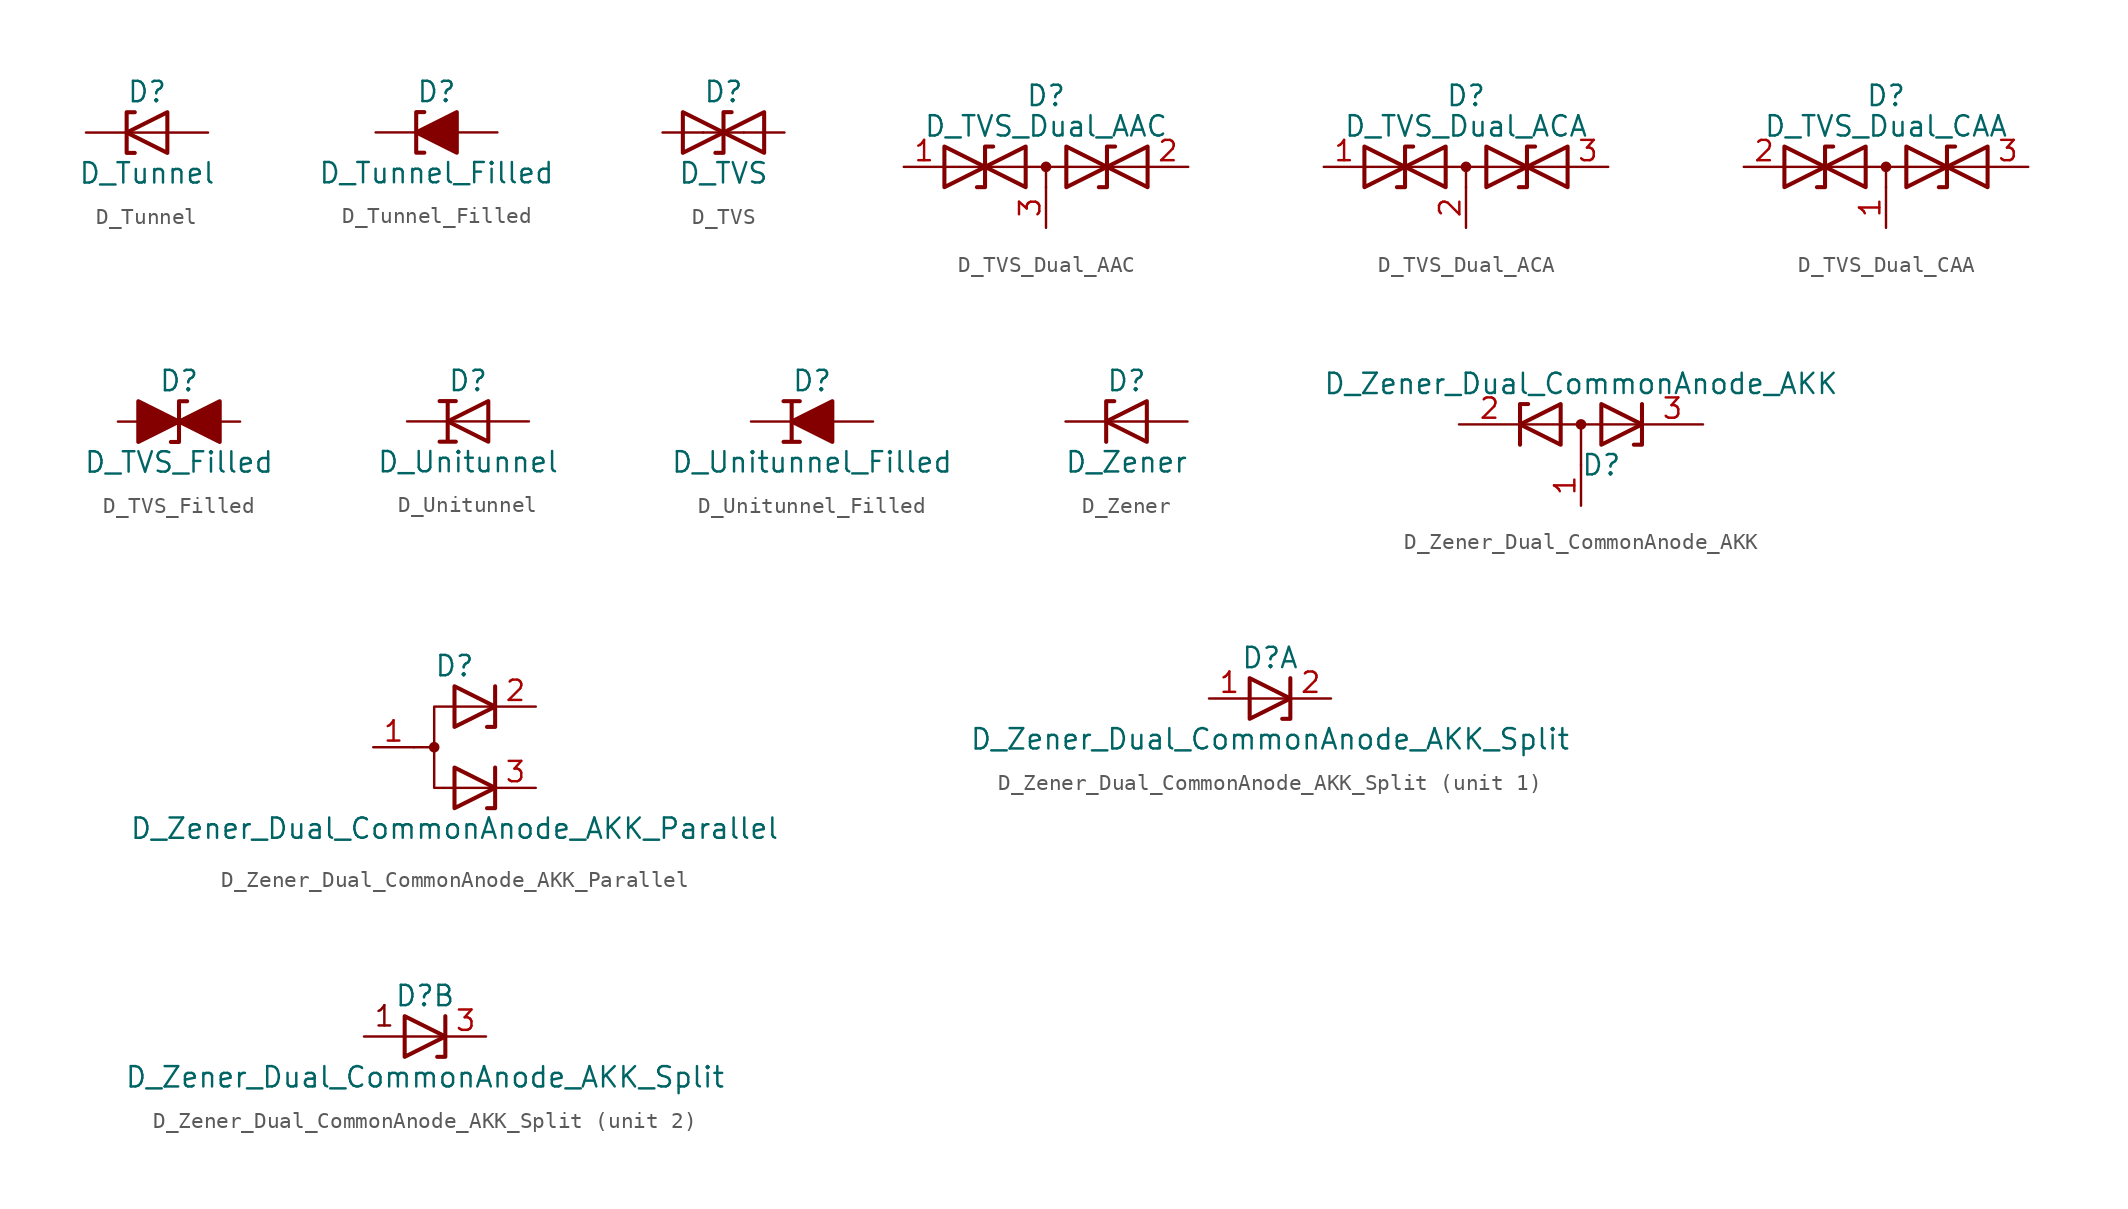
<source format=kicad_sym>
(kicad_symbol_lib
  (version 20201005)
  (generator kicad_symbol_editor)
  (symbol "D_Tunnel"
    (pin_numbers hide)
    (pin_names
      (offset 1.016) hide)
    (property "Reference" "D"
      (at 0 2.54 0)
      (effects (font (size 1.27 1.27))))
    (property "Value" "D_Tunnel"
      (at 0 -2.54 0)
      (effects (font (size 1.27 1.27))))
    (symbol "D_Tunnel_0_1"
      (polyline (pts (xy 1.27 0) (xy -1.27 0)) (stroke (width 0)) (fill (type none)))
      (polyline (pts (xy -0.762 1.27) (xy -1.27 1.27) (xy -1.27 -1.27) (xy -0.762 -1.27)) (stroke (width 0.254)) (fill (type none)))
      (polyline (pts (xy 1.27 -1.27) (xy 1.27 1.27) (xy -1.27 0) (xy 1.27 -1.27)) (stroke (width 0.254)) (fill (type none))))
    (symbol "D_Tunnel_1_1"
      (pin passive line (at -3.81 0 0) (length 2.54) (name "K" (effects (font (size 1.27 1.27)))) (number "1" (effects (font (size 1.27 1.27)))))
      (pin passive line (at 3.81 0 180) (length 2.54) (name "A" (effects (font (size 1.27 1.27)))) (number "2" (effects (font (size 1.27 1.27)))))))
  (symbol "D_Tunnel_Filled"
    (pin_numbers hide)
    (pin_names
      (offset 1.016) hide)
    (property "Reference" "D"
      (at 0 2.54 0)
      (effects (font (size 1.27 1.27))))
    (property "Value" "D_Tunnel_Filled"
      (at 0 -2.54 0)
      (effects (font (size 1.27 1.27))))
    (symbol "D_Tunnel_Filled_0_1"
      (polyline (pts (xy 1.27 0) (xy -1.27 0)) (stroke (width 0)) (fill (type none)))
      (polyline (pts (xy -0.762 1.27) (xy -1.27 1.27) (xy -1.27 -1.27) (xy -0.762 -1.27)) (stroke (width 0.254)) (fill (type none)))
      (polyline (pts (xy 1.27 -1.27) (xy 1.27 1.27) (xy -1.27 0) (xy 1.27 -1.27)) (stroke (width 0.254)) (fill (type outline))))
    (symbol "D_Tunnel_Filled_1_1"
      (pin passive line (at -3.81 0 0) (length 2.54) (name "K" (effects (font (size 1.27 1.27)))) (number "1" (effects (font (size 1.27 1.27)))))
      (pin passive line (at 3.81 0 180) (length 2.54) (name "A" (effects (font (size 1.27 1.27)))) (number "2" (effects (font (size 1.27 1.27)))))))
  (symbol "D_TVS"
    (pin_numbers hide)
    (pin_names
      (offset 1.016) hide)
    (property "Reference" "D"
      (at 0 2.54 0)
      (effects (font (size 1.27 1.27))))
    (property "Value" "D_TVS"
      (at 0 -2.54 0)
      (effects (font (size 1.27 1.27))))
    (symbol "D_TVS_0_1"
      (polyline (pts (xy 1.27 0) (xy -1.27 0)) (stroke (width 0)) (fill (type none)))
      (polyline (pts (xy 0.508 1.27) (xy 0 1.27) (xy 0 -1.27) (xy -0.508 -1.27)) (stroke (width 0.254)) (fill (type none)))
      (polyline (pts (xy -2.54 1.27) (xy -2.54 -1.27) (xy 2.54 1.27) (xy 2.54 -1.27) (xy -2.54 1.27)) (stroke (width 0.254)) (fill (type none))))
    (symbol "D_TVS_1_1"
      (pin passive line (at -3.81 0 0) (length 2.54) (name "A1" (effects (font (size 1.27 1.27)))) (number "1" (effects (font (size 1.27 1.27)))))
      (pin passive line (at 3.81 0 180) (length 2.54) (name "A2" (effects (font (size 1.27 1.27)))) (number "2" (effects (font (size 1.27 1.27)))))))
  (symbol "D_TVS_Dual_AAC"
    (pin_names
      (offset 1.016) hide)
    (property "Reference" "D"
      (at 0 4.445 0)
      (effects (font (size 1.27 1.27))))
    (property "Value" "D_TVS_Dual_AAC"
      (at 0 2.54 0)
      (effects (font (size 1.27 1.27))))
    (symbol "D_TVS_Dual_AAC_0_0"
      (polyline (pts (xy 0 -1.27) (xy 0 0)) (stroke (width 0)) (fill (type none))))
    (symbol "D_TVS_Dual_AAC_0_1"
      (circle (center 0 0) (radius 0.254) (stroke (width 0)) (fill (type outline)))
      (polyline (pts (xy -6.35 0) (xy 6.35 0)) (stroke (width 0)) (fill (type none)))
      (polyline (pts (xy -3.302 1.27) (xy -3.81 1.27) (xy -3.81 -1.27) (xy -4.318 -1.27)) (stroke (width 0.254)) (fill (type none)))
      (polyline (pts (xy 4.318 1.27) (xy 3.81 1.27) (xy 3.81 -1.27) (xy 3.302 -1.27)) (stroke (width 0.254)) (fill (type none)))
      (polyline (pts (xy -6.35 1.27) (xy -1.27 -1.27) (xy -1.27 1.27) (xy -6.35 -1.27) (xy -6.35 1.27)) (stroke (width 0.254)) (fill (type none)))
      (polyline (pts (xy 6.35 1.27) (xy 1.27 -1.27) (xy 1.27 1.27) (xy 6.35 -1.27) (xy 6.35 1.27)) (stroke (width 0.254)) (fill (type none))))
    (symbol "D_TVS_Dual_AAC_1_1"
      (pin passive line (at -8.89 0 0) (length 2.54) (name "A1" (effects (font (size 1.27 1.27)))) (number "1" (effects (font (size 1.27 1.27)))))
      (pin passive line (at 8.89 0 180) (length 2.54) (name "A2" (effects (font (size 1.27 1.27)))) (number "2" (effects (font (size 1.27 1.27)))))
      (pin input line (at 0 -3.81 90) (length 2.54) (name "common" (effects (font (size 1.27 1.27)))) (number "3" (effects (font (size 1.27 1.27)))))))
  (symbol "D_TVS_Dual_ACA"
    (pin_names
      (offset 1.016) hide)
    (property "Reference" "D"
      (at 0 4.445 0)
      (effects (font (size 1.27 1.27))))
    (property "Value" "D_TVS_Dual_ACA"
      (at 0 2.54 0)
      (effects (font (size 1.27 1.27))))
    (symbol "D_TVS_Dual_ACA_0_0"
      (polyline (pts (xy -6.35 -1.27) (xy -1.27 1.27) (xy -1.27 -1.27) (xy -6.35 1.27) (xy -6.35 -1.27)) (stroke (width 0.254)) (fill (type none)))
      (polyline (pts (xy 1.27 1.27) (xy 1.27 -1.27) (xy 6.35 1.27) (xy 6.35 -1.27) (xy 1.27 1.27)) (stroke (width 0.254)) (fill (type none))))
    (symbol "D_TVS_Dual_ACA_0_1"
      (circle (center 0 0) (radius 0.254) (stroke (width 0)) (fill (type outline)))
      (polyline (pts (xy -6.35 0) (xy 6.35 0)) (stroke (width 0)) (fill (type none)))
      (polyline (pts (xy 0 0) (xy 0 -1.27)) (stroke (width 0)) (fill (type none)))
      (polyline (pts (xy -3.302 1.27) (xy -3.81 1.27) (xy -3.81 -1.27) (xy -4.318 -1.27)) (stroke (width 0.254)) (fill (type none)))
      (polyline (pts (xy 4.318 1.27) (xy 3.81 1.27) (xy 3.81 -1.27) (xy 3.302 -1.27)) (stroke (width 0.254)) (fill (type none))))
    (symbol "D_TVS_Dual_ACA_1_1"
      (pin passive line (at -8.89 0 0) (length 2.54) (name "A1" (effects (font (size 1.27 1.27)))) (number "1" (effects (font (size 1.27 1.27)))))
      (pin input line (at 0 -3.81 90) (length 2.54) (name "common" (effects (font (size 1.27 1.27)))) (number "2" (effects (font (size 1.27 1.27)))))
      (pin passive line (at 8.89 0 180) (length 2.54) (name "A2" (effects (font (size 1.27 1.27)))) (number "3" (effects (font (size 1.27 1.27)))))))
  (symbol "D_TVS_Dual_CAA"
    (pin_names
      (offset 1.016) hide)
    (property "Reference" "D"
      (at 0 4.445 0)
      (effects (font (size 1.27 1.27))))
    (property "Value" "D_TVS_Dual_CAA"
      (at 0 2.54 0)
      (effects (font (size 1.27 1.27))))
    (symbol "D_TVS_Dual_CAA_0_1"
      (circle (center 0 0) (radius 0.254) (stroke (width 0)) (fill (type outline)))
      (polyline (pts (xy -6.35 0) (xy 6.35 0)) (stroke (width 0)) (fill (type none)))
      (polyline (pts (xy 0 0) (xy 0 -1.27)) (stroke (width 0)) (fill (type none)))
      (polyline (pts (xy -3.302 1.27) (xy -3.81 1.27) (xy -3.81 -1.27) (xy -4.318 -1.27)) (stroke (width 0.254)) (fill (type none)))
      (polyline (pts (xy 4.318 1.27) (xy 3.81 1.27) (xy 3.81 -1.27) (xy 3.302 -1.27)) (stroke (width 0.254)) (fill (type none)))
      (polyline (pts (xy -6.35 -1.27) (xy -1.27 1.27) (xy -1.27 -1.27) (xy -6.35 1.27) (xy -6.35 -1.27)) (stroke (width 0.254)) (fill (type none)))
      (polyline (pts (xy 1.27 1.016) (xy 1.27 -1.27) (xy 6.35 1.27) (xy 6.35 -1.27) (xy 1.27 1.27) (xy 1.27 1.016)) (stroke (width 0.254)) (fill (type none))))
    (symbol "D_TVS_Dual_CAA_1_1"
      (pin input line (at 0 -3.81 90) (length 2.54) (name "common" (effects (font (size 1.27 1.27)))) (number "1" (effects (font (size 1.27 1.27)))))
      (pin passive line (at -8.89 0 0) (length 2.54) (name "A1" (effects (font (size 1.27 1.27)))) (number "2" (effects (font (size 1.27 1.27)))))
      (pin passive line (at 8.89 0 180) (length 2.54) (name "A2" (effects (font (size 1.27 1.27)))) (number "3" (effects (font (size 1.27 1.27)))))))
  (symbol "D_TVS_Filled"
    (pin_numbers hide)
    (pin_names
      (offset 1.016) hide)
    (property "Reference" "D"
      (at 0 2.54 0)
      (effects (font (size 1.27 1.27))))
    (property "Value" "D_TVS_Filled"
      (at 0 -2.54 0)
      (effects (font (size 1.27 1.27))))
    (symbol "D_TVS_Filled_0_1"
      (polyline (pts (xy 1.27 0) (xy -1.27 0)) (stroke (width 0)) (fill (type none)))
      (polyline (pts (xy 0.508 1.27) (xy 0 1.27) (xy 0 -1.27) (xy -0.508 -1.27)) (stroke (width 0.254)) (fill (type none)))
      (polyline (pts (xy -2.54 -1.27) (xy 0 0) (xy -2.54 1.27) (xy -2.54 -1.27)) (stroke (width 0.254)) (fill (type outline)))
      (polyline (pts (xy 2.54 1.27) (xy 2.54 -1.27) (xy 0 0) (xy 2.54 1.27)) (stroke (width 0.254)) (fill (type outline))))
    (symbol "D_TVS_Filled_1_1"
      (pin passive line (at -3.81 0 0) (length 2.54) (name "A1" (effects (font (size 1.27 1.27)))) (number "1" (effects (font (size 1.27 1.27)))))
      (pin passive line (at 3.81 0 180) (length 2.54) (name "A2" (effects (font (size 1.27 1.27)))) (number "2" (effects (font (size 1.27 1.27)))))))
  (symbol "D_Unitunnel"
    (pin_numbers hide)
    (pin_names
      (offset 1.016) hide)
    (property "Reference" "D"
      (at 0 2.54 0)
      (effects (font (size 1.27 1.27))))
    (property "Value" "D_Unitunnel"
      (at 0 -2.54 0)
      (effects (font (size 1.27 1.27))))
    (symbol "D_Unitunnel_0_1"
      (polyline (pts (xy 1.27 0) (xy -1.27 0)) (stroke (width 0)) (fill (type none)))
      (polyline (pts (xy 1.27 -1.27) (xy 1.27 1.27) (xy -1.27 0) (xy 1.27 -1.27)) (stroke (width 0.254)) (fill (type none)))
      (polyline (pts (xy -1.778 -1.27) (xy -0.762 -1.27) (xy -1.27 -1.27) (xy -1.27 1.27) (xy -0.762 1.27) (xy -1.778 1.27)) (stroke (width 0.254)) (fill (type none))))
    (symbol "D_Unitunnel_1_1"
      (pin passive line (at -3.81 0 0) (length 2.54) (name "K" (effects (font (size 1.27 1.27)))) (number "1" (effects (font (size 1.27 1.27)))))
      (pin passive line (at 3.81 0 180) (length 2.54) (name "A" (effects (font (size 1.27 1.27)))) (number "2" (effects (font (size 1.27 1.27)))))))
  (symbol "D_Unitunnel_Filled"
    (pin_numbers hide)
    (pin_names
      (offset 1.016) hide)
    (property "Reference" "D"
      (at 0 2.54 0)
      (effects (font (size 1.27 1.27))))
    (property "Value" "D_Unitunnel_Filled"
      (at 0 -2.54 0)
      (effects (font (size 1.27 1.27))))
    (symbol "D_Unitunnel_Filled_0_1"
      (polyline (pts (xy 1.27 0) (xy -1.27 0)) (stroke (width 0)) (fill (type none)))
      (polyline (pts (xy -1.778 -1.27) (xy -0.762 -1.27) (xy -1.27 -1.27) (xy -1.27 1.27) (xy -0.762 1.27) (xy -1.778 1.27)) (stroke (width 0.254)) (fill (type none)))
      (polyline (pts (xy 1.27 -1.27) (xy 1.27 1.27) (xy -1.27 0) (xy 1.27 -1.27)) (stroke (width 0.254)) (fill (type outline))))
    (symbol "D_Unitunnel_Filled_1_1"
      (pin passive line (at -3.81 0 0) (length 2.54) (name "K" (effects (font (size 1.27 1.27)))) (number "1" (effects (font (size 1.27 1.27)))))
      (pin passive line (at 3.81 0 180) (length 2.54) (name "A" (effects (font (size 1.27 1.27)))) (number "2" (effects (font (size 1.27 1.27)))))))
  (symbol "D_Zener"
    (pin_numbers hide)
    (pin_names
      (offset 1.016) hide)
    (property "Reference" "D"
      (at 0 2.54 0)
      (effects (font (size 1.27 1.27))))
    (property "Value" "D_Zener"
      (at 0 -2.54 0)
      (effects (font (size 1.27 1.27))))
    (symbol "D_Zener_0_1"
      (polyline (pts (xy 1.27 0) (xy -1.27 0)) (stroke (width 0)) (fill (type none)))
      (polyline (pts (xy -1.27 -1.27) (xy -1.27 1.27) (xy -0.762 1.27)) (stroke (width 0.254)) (fill (type none)))
      (polyline (pts (xy 1.27 -1.27) (xy 1.27 1.27) (xy -1.27 0) (xy 1.27 -1.27)) (stroke (width 0.254)) (fill (type none))))
    (symbol "D_Zener_1_1"
      (pin passive line (at -3.81 0 0) (length 2.54) (name "K" (effects (font (size 1.27 1.27)))) (number "1" (effects (font (size 1.27 1.27)))))
      (pin passive line (at 3.81 0 180) (length 2.54) (name "A" (effects (font (size 1.27 1.27)))) (number "2" (effects (font (size 1.27 1.27)))))))
  (symbol "D_Zener_Dual_CommonAnode_AKK"
    (pin_names
      (offset 0.762) hide)
    (property "Reference" "D"
      (at 1.27 -2.54 0)
      (effects (font (size 1.27 1.27))))
    (property "Value" "D_Zener_Dual_CommonAnode_AKK"
      (at 0 2.54 0)
      (effects (font (size 1.27 1.27))))
    (symbol "D_Zener_Dual_CommonAnode_AKK_0_1"
      (circle (center 0 0) (radius 0.254) (stroke (width 0)) (fill (type outline)))
      (polyline (pts (xy -3.556 0) (xy 3.81 0)) (stroke (width 0)) (fill (type none)))
      (polyline (pts (xy 0 0) (xy 0 -2.54)) (stroke (width 0)) (fill (type none)))
      (polyline (pts (xy -3.81 -1.27) (xy -3.81 1.27) (xy -3.302 1.27)) (stroke (width 0.254)) (fill (type none)))
      (polyline (pts (xy 3.81 1.27) (xy 3.81 -1.27) (xy 3.302 -1.27)) (stroke (width 0.254)) (fill (type none)))
      (polyline (pts (xy -1.27 -1.27) (xy -3.81 0) (xy -1.27 1.27) (xy -1.27 -1.27) (xy -1.27 -1.27) (xy -1.27 -1.27)) (stroke (width 0.254)) (fill (type none)))
      (polyline (pts (xy 1.27 1.27) (xy 3.81 0) (xy 1.27 -1.27) (xy 1.27 1.27) (xy 1.27 1.27) (xy 1.27 1.27)) (stroke (width 0.254)) (fill (type none)))
      (pin passive line (at 0 -5.08 90) (length 2.54) (name "A" (effects (font (size 1.27 1.27)))) (number "1" (effects (font (size 1.27 1.27)))))
      (pin passive line (at -7.62 0 0) (length 3.81) (name "K" (effects (font (size 1.27 1.27)))) (number "2" (effects (font (size 1.27 1.27)))))
      (pin passive line (at 7.62 0 180) (length 3.81) (name "K" (effects (font (size 1.27 1.27)))) (number "3" (effects (font (size 1.27 1.27)))))))
  (symbol "D_Zener_Dual_CommonAnode_AKK_Parallel"
    (pin_names
      (offset 0.762) hide)
    (property "Reference" "D"
      (at 0 5.08 0)
      (effects (font (size 1.27 1.27))))
    (property "Value" "D_Zener_Dual_CommonAnode_AKK_Parallel"
      (at 0 -5.08 0)
      (effects (font (size 1.27 1.27))))
    (symbol "D_Zener_Dual_CommonAnode_AKK_Parallel_0_0"
      (polyline (pts (xy 2.032 1.27) (xy 2.54 1.27) (xy 2.54 3.81)) (stroke (width 0.254)) (fill (type none)))
      (polyline (pts (xy 2.54 -1.27) (xy 2.54 -3.81) (xy 2.032 -3.81)) (stroke (width 0.254)) (fill (type none))))
    (symbol "D_Zener_Dual_CommonAnode_AKK_Parallel_0_1"
      (circle (center -1.27 0) (radius 0.254) (stroke (width 0)) (fill (type outline)))
      (polyline (pts (xy -1.27 0) (xy -2.54 0)) (stroke (width 0)) (fill (type none)))
      (polyline (pts (xy 2.54 2.54) (xy -1.27 2.54) (xy -1.27 -2.54) (xy 2.54 -2.54)) (stroke (width 0)) (fill (type none)))
      (polyline (pts (xy 0 -1.27) (xy 2.54 -2.54) (xy 0 -3.81) (xy 0 -1.27) (xy 0 -1.27) (xy 0 -1.27)) (stroke (width 0.254)) (fill (type none)))
      (polyline (pts (xy 0 3.81) (xy 2.54 2.54) (xy 0 1.27) (xy 0 3.81) (xy 0 3.81) (xy 0 3.81)) (stroke (width 0.254)) (fill (type none)))
      (pin passive line (at -5.08 0 0) (length 2.54) (name "A" (effects (font (size 1.27 1.27)))) (number "1" (effects (font (size 1.27 1.27)))))
      (pin passive line (at 5.08 2.54 180) (length 2.54) (name "K" (effects (font (size 1.27 1.27)))) (number "2" (effects (font (size 1.27 1.27)))))
      (pin passive line (at 5.08 -2.54 180) (length 2.54) (name "K" (effects (font (size 1.27 1.27)))) (number "3" (effects (font (size 1.27 1.27)))))))
  (symbol "D_Zener_Dual_CommonAnode_AKK_Split"
    (pin_names
      (offset 0.762) hide)
    (property "Reference" "D"
      (at 0 2.54 0)
      (effects (font (size 1.27 1.27))))
    (property "Value" "D_Zener_Dual_CommonAnode_AKK_Split"
      (at 0 -2.54 0)
      (effects (font (size 1.27 1.27))))
    (property "ki_locked" ""
      (at 0 0 0)
      (effects (font (size 1.27 1.27))))
    (symbol "D_Zener_Dual_CommonAnode_AKK_Split_0_0"
      (polyline (pts (xy 1.27 1.27) (xy 1.27 -1.27) (xy 0.762 -1.27)) (stroke (width 0.254)) (fill (type none))))
    (symbol "D_Zener_Dual_CommonAnode_AKK_Split_0_1"
      (polyline (pts (xy -1.27 1.27) (xy 1.27 0) (xy -1.27 -1.27) (xy -1.27 1.27) (xy -1.27 1.27) (xy -1.27 1.27)) (stroke (width 0.254)) (fill (type none))))
    (symbol "D_Zener_Dual_CommonAnode_AKK_Split_1_1"
      (polyline (pts (xy 1.27 0) (xy -1.27 0)) (stroke (width 0)) (fill (type none)))
      (pin passive line (at -3.81 0 0) (length 2.54) (name "A" (effects (font (size 1.27 1.27)))) (number "1" (effects (font (size 1.27 1.27)))))
      (pin passive line (at 3.81 0 180) (length 2.54) (name "K" (effects (font (size 1.27 1.27)))) (number "2" (effects (font (size 1.27 1.27))))))
    (symbol "D_Zener_Dual_CommonAnode_AKK_Split_2_0"
      (text "1" (at -2.54 1.27 0) (effects (font (size 1.27 1.27))))
      (polyline (pts (xy 1.27 0) (xy -3.81 0)) (stroke (width 0)) (fill (type none))))
    (symbol "D_Zener_Dual_CommonAnode_AKK_Split_2_1"
      (pin passive line (at 3.81 0 180) (length 2.54) (name "K" (effects (font (size 1.27 1.27)))) (number "3" (effects (font (size 1.27 1.27))))))))
</source>
